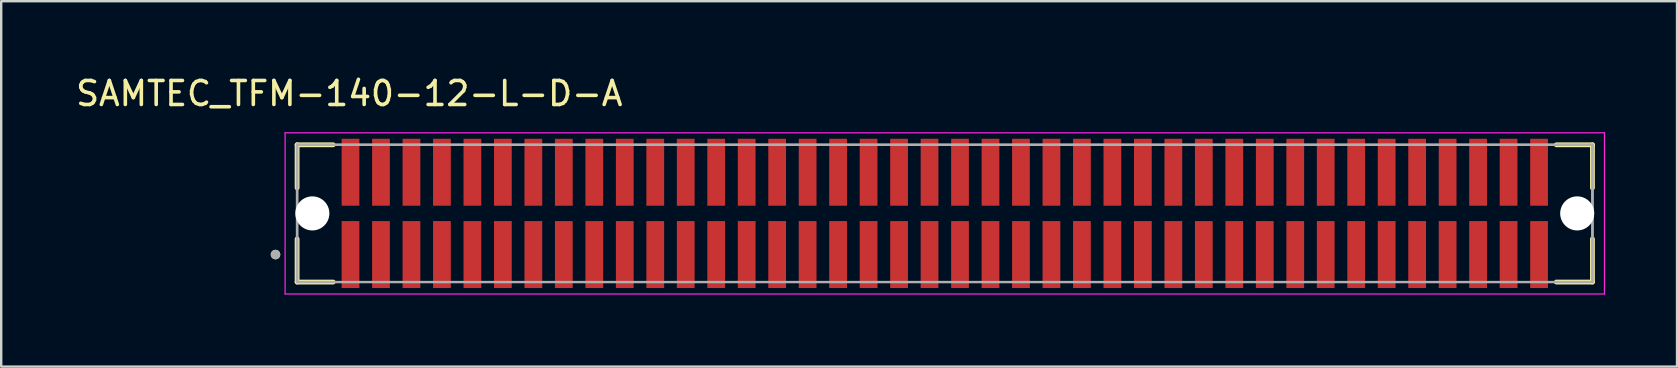
<source format=kicad_pcb>
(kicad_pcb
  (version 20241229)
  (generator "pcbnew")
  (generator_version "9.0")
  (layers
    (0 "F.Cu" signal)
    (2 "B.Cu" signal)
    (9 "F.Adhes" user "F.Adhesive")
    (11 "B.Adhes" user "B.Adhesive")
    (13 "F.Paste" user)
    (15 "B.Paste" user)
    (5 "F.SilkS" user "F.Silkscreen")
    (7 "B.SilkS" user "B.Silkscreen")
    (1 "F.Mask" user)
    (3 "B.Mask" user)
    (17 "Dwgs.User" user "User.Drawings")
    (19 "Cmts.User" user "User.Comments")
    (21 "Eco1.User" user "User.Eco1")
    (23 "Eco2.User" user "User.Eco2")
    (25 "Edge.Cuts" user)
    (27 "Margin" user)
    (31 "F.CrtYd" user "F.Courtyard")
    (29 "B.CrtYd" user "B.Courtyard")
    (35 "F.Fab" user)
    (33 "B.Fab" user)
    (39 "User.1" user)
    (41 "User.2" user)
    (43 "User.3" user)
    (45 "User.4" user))
  (footprint "SAMTEC_TFM-140-12-L-D-A"
    (layer "F.Cu")
    (at 36.321 5.843)
    (property "Reference" "SAMTEC_TFM-140-12-L-D-A" (at -24.815 -4.995 0) (layer "F.SilkS") (effects (font (size 1 1) (thickness 0.15))))
    (attr smd)
    (fp_line (start -26.99 -2.86) (end -26.99 -1.064) (stroke (width 0.2) (type solid)) (layer "F.SilkS"))
    (fp_line (start -26.99 -2.86) (end -25.485 -2.86) (stroke (width 0.2) (type solid)) (layer "F.SilkS"))
    (fp_line (start -26.99 1.064) (end -26.99 2.86) (stroke (width 0.2) (type solid)) (layer "F.SilkS"))
    (fp_line (start -25.485 2.86) (end -26.99 2.86) (stroke (width 0.2) (type solid)) (layer "F.SilkS"))
    (fp_line (start 25.485 -2.86) (end 26.99 -2.86) (stroke (width 0.2) (type solid)) (layer "F.SilkS"))
    (fp_line (start 25.485 2.86) (end 26.99 2.86) (stroke (width 0.2) (type solid)) (layer "F.SilkS"))
    (fp_line (start 26.99 -1.064) (end 26.99 -2.86) (stroke (width 0.2) (type solid)) (layer "F.SilkS"))
    (fp_line (start 26.99 2.86) (end 26.99 1.064) (stroke (width 0.2) (type solid)) (layer "F.SilkS"))
    (fp_circle (center -27.89 1.715) (end -27.79 1.715) (stroke (width 0.2) (type solid)) (fill no) (layer "F.SilkS"))
    (fp_line (start -27.49 -3.36) (end 27.49 -3.36) (stroke (width 0.05) (type solid)) (layer "F.CrtYd"))
    (fp_line (start -27.49 3.36) (end -27.49 -3.36) (stroke (width 0.05) (type solid)) (layer "F.CrtYd"))
    (fp_line (start 27.49 -3.36) (end 27.49 3.36) (stroke (width 0.05) (type solid)) (layer "F.CrtYd"))
    (fp_line (start 27.49 3.36) (end -27.49 3.36) (stroke (width 0.05) (type solid)) (layer "F.CrtYd"))
    (fp_line (start -26.99 -2.86) (end 26.99 -2.86) (stroke (width 0.1) (type solid)) (layer "F.Fab"))
    (fp_line (start -26.99 -2.86) (end 26.99 -2.86) (stroke (width 0.1) (type solid)) (layer "F.Fab"))
    (fp_line (start -26.99 2.86) (end -26.99 -2.86) (stroke (width 0.1) (type solid)) (layer "F.Fab"))
    (fp_line (start -26.99 2.86) (end -26.99 -2.86) (stroke (width 0.1) (type solid)) (layer "F.Fab"))
    (fp_line (start 26.99 -2.86) (end 26.99 2.86) (stroke (width 0.1) (type solid)) (layer "F.Fab"))
    (fp_line (start 26.99 -2.86) (end 26.99 2.86) (stroke (width 0.1) (type solid)) (layer "F.Fab"))
    (fp_line (start 26.99 2.86) (end -26.99 2.86) (stroke (width 0.1) (type solid)) (layer "F.Fab"))
    (fp_circle (center -27.89 1.715) (end -27.79 1.715) (stroke (width 0.2) (type solid)) (fill no) (layer "F.Fab"))
    (pad "" np_thru_hole circle (at -26.355 0) (size 1.42 1.42) (drill 1.42) (layers "*.Cu" "*.Mask"))
    (pad "" np_thru_hole circle (at 26.355 0) (size 1.42 1.42) (drill 1.42) (layers "*.Cu" "*.Mask"))
    (pad "01" smd rect (at -24.765 1.715) (size 0.74 2.79) (layers "F.Cu" "F.Mask" "F.Paste"))
    (pad "02" smd rect (at -24.765 -1.715) (size 0.74 2.79) (layers "F.Cu" "F.Mask" "F.Paste"))
    (pad "03" smd rect (at -23.495 1.715) (size 0.74 2.79) (layers "F.Cu" "F.Mask" "F.Paste"))
    (pad "04" smd rect (at -23.495 -1.715) (size 0.74 2.79) (layers "F.Cu" "F.Mask" "F.Paste"))
    (pad "05" smd rect (at -22.225 1.715) (size 0.74 2.79) (layers "F.Cu" "F.Mask" "F.Paste"))
    (pad "06" smd rect (at -22.225 -1.715) (size 0.74 2.79) (layers "F.Cu" "F.Mask" "F.Paste"))
    (pad "07" smd rect (at -20.955 1.715) (size 0.74 2.79) (layers "F.Cu" "F.Mask" "F.Paste"))
    (pad "08" smd rect (at -20.955 -1.715) (size 0.74 2.79) (layers "F.Cu" "F.Mask" "F.Paste"))
    (pad "09" smd rect (at -19.685 1.715) (size 0.74 2.79) (layers "F.Cu" "F.Mask" "F.Paste"))
    (pad "10" smd rect (at -19.685 -1.715) (size 0.74 2.79) (layers "F.Cu" "F.Mask" "F.Paste"))
    (pad "11" smd rect (at -18.415 1.715) (size 0.74 2.79) (layers "F.Cu" "F.Mask" "F.Paste"))
    (pad "12" smd rect (at -18.415 -1.715) (size 0.74 2.79) (layers "F.Cu" "F.Mask" "F.Paste"))
    (pad "13" smd rect (at -17.145 1.715) (size 0.74 2.79) (layers "F.Cu" "F.Mask" "F.Paste"))
    (pad "14" smd rect (at -17.145 -1.715) (size 0.74 2.79) (layers "F.Cu" "F.Mask" "F.Paste"))
    (pad "15" smd rect (at -15.875 1.715) (size 0.74 2.79) (layers "F.Cu" "F.Mask" "F.Paste"))
    (pad "16" smd rect (at -15.875 -1.715) (size 0.74 2.79) (layers "F.Cu" "F.Mask" "F.Paste"))
    (pad "17" smd rect (at -14.605 1.715) (size 0.74 2.79) (layers "F.Cu" "F.Mask" "F.Paste"))
    (pad "18" smd rect (at -14.605 -1.715) (size 0.74 2.79) (layers "F.Cu" "F.Mask" "F.Paste"))
    (pad "19" smd rect (at -13.335 1.715) (size 0.74 2.79) (layers "F.Cu" "F.Mask" "F.Paste"))
    (pad "20" smd rect (at -13.335 -1.715) (size 0.74 2.79) (layers "F.Cu" "F.Mask" "F.Paste"))
    (pad "21" smd rect (at -12.065 1.715) (size 0.74 2.79) (layers "F.Cu" "F.Mask" "F.Paste"))
    (pad "22" smd rect (at -12.065 -1.715) (size 0.74 2.79) (layers "F.Cu" "F.Mask" "F.Paste"))
    (pad "23" smd rect (at -10.795 1.715) (size 0.74 2.79) (layers "F.Cu" "F.Mask" "F.Paste"))
    (pad "24" smd rect (at -10.795 -1.715) (size 0.74 2.79) (layers "F.Cu" "F.Mask" "F.Paste"))
    (pad "25" smd rect (at -9.525 1.715) (size 0.74 2.79) (layers "F.Cu" "F.Mask" "F.Paste"))
    (pad "26" smd rect (at -9.525 -1.715) (size 0.74 2.79) (layers "F.Cu" "F.Mask" "F.Paste"))
    (pad "27" smd rect (at -8.255 1.715) (size 0.74 2.79) (layers "F.Cu" "F.Mask" "F.Paste"))
    (pad "28" smd rect (at -8.255 -1.715) (size 0.74 2.79) (layers "F.Cu" "F.Mask" "F.Paste"))
    (pad "29" smd rect (at -6.985 1.715) (size 0.74 2.79) (layers "F.Cu" "F.Mask" "F.Paste"))
    (pad "30" smd rect (at -6.985 -1.715) (size 0.74 2.79) (layers "F.Cu" "F.Mask" "F.Paste"))
    (pad "31" smd rect (at -5.715 1.715) (size 0.74 2.79) (layers "F.Cu" "F.Mask" "F.Paste"))
    (pad "32" smd rect (at -5.715 -1.715) (size 0.74 2.79) (layers "F.Cu" "F.Mask" "F.Paste"))
    (pad "33" smd rect (at -4.445 1.715) (size 0.74 2.79) (layers "F.Cu" "F.Mask" "F.Paste"))
    (pad "34" smd rect (at -4.445 -1.715) (size 0.74 2.79) (layers "F.Cu" "F.Mask" "F.Paste"))
    (pad "35" smd rect (at -3.175 1.715) (size 0.74 2.79) (layers "F.Cu" "F.Mask" "F.Paste"))
    (pad "36" smd rect (at -3.175 -1.715) (size 0.74 2.79) (layers "F.Cu" "F.Mask" "F.Paste"))
    (pad "37" smd rect (at -1.905 1.715) (size 0.74 2.79) (layers "F.Cu" "F.Mask" "F.Paste"))
    (pad "38" smd rect (at -1.905 -1.715) (size 0.74 2.79) (layers "F.Cu" "F.Mask" "F.Paste"))
    (pad "39" smd rect (at -0.635 1.715) (size 0.74 2.79) (layers "F.Cu" "F.Mask" "F.Paste"))
    (pad "40" smd rect (at -0.635 -1.715) (size 0.74 2.79) (layers "F.Cu" "F.Mask" "F.Paste"))
    (pad "41" smd rect (at 0.635 1.715) (size 0.74 2.79) (layers "F.Cu" "F.Mask" "F.Paste"))
    (pad "42" smd rect (at 0.635 -1.715) (size 0.74 2.79) (layers "F.Cu" "F.Mask" "F.Paste"))
    (pad "43" smd rect (at 1.905 1.715) (size 0.74 2.79) (layers "F.Cu" "F.Mask" "F.Paste"))
    (pad "44" smd rect (at 1.905 -1.715) (size 0.74 2.79) (layers "F.Cu" "F.Mask" "F.Paste"))
    (pad "45" smd rect (at 3.175 1.715) (size 0.74 2.79) (layers "F.Cu" "F.Mask" "F.Paste"))
    (pad "46" smd rect (at 3.175 -1.715) (size 0.74 2.79) (layers "F.Cu" "F.Mask" "F.Paste"))
    (pad "47" smd rect (at 4.445 1.715) (size 0.74 2.79) (layers "F.Cu" "F.Mask" "F.Paste"))
    (pad "48" smd rect (at 4.445 -1.715) (size 0.74 2.79) (layers "F.Cu" "F.Mask" "F.Paste"))
    (pad "49" smd rect (at 5.715 1.715) (size 0.74 2.79) (layers "F.Cu" "F.Mask" "F.Paste"))
    (pad "50" smd rect (at 5.715 -1.715) (size 0.74 2.79) (layers "F.Cu" "F.Mask" "F.Paste"))
    (pad "51" smd rect (at 6.985 1.715) (size 0.74 2.79) (layers "F.Cu" "F.Mask" "F.Paste"))
    (pad "52" smd rect (at 6.985 -1.715) (size 0.74 2.79) (layers "F.Cu" "F.Mask" "F.Paste"))
    (pad "53" smd rect (at 8.255 1.715) (size 0.74 2.79) (layers "F.Cu" "F.Mask" "F.Paste"))
    (pad "54" smd rect (at 8.255 -1.715) (size 0.74 2.79) (layers "F.Cu" "F.Mask" "F.Paste"))
    (pad "55" smd rect (at 9.525 1.715) (size 0.74 2.79) (layers "F.Cu" "F.Mask" "F.Paste"))
    (pad "56" smd rect (at 9.525 -1.715) (size 0.74 2.79) (layers "F.Cu" "F.Mask" "F.Paste"))
    (pad "57" smd rect (at 10.795 1.715) (size 0.74 2.79) (layers "F.Cu" "F.Mask" "F.Paste"))
    (pad "58" smd rect (at 10.795 -1.715) (size 0.74 2.79) (layers "F.Cu" "F.Mask" "F.Paste"))
    (pad "59" smd rect (at 12.065 1.715) (size 0.74 2.79) (layers "F.Cu" "F.Mask" "F.Paste"))
    (pad "60" smd rect (at 12.065 -1.715) (size 0.74 2.79) (layers "F.Cu" "F.Mask" "F.Paste"))
    (pad "61" smd rect (at 13.335 1.715) (size 0.74 2.79) (layers "F.Cu" "F.Mask" "F.Paste"))
    (pad "62" smd rect (at 13.335 -1.715) (size 0.74 2.79) (layers "F.Cu" "F.Mask" "F.Paste"))
    (pad "63" smd rect (at 14.605 1.715) (size 0.74 2.79) (layers "F.Cu" "F.Mask" "F.Paste"))
    (pad "64" smd rect (at 14.605 -1.715) (size 0.74 2.79) (layers "F.Cu" "F.Mask" "F.Paste"))
    (pad "65" smd rect (at 15.875 1.715) (size 0.74 2.79) (layers "F.Cu" "F.Mask" "F.Paste"))
    (pad "66" smd rect (at 15.875 -1.715) (size 0.74 2.79) (layers "F.Cu" "F.Mask" "F.Paste"))
    (pad "67" smd rect (at 17.145 1.715) (size 0.74 2.79) (layers "F.Cu" "F.Mask" "F.Paste"))
    (pad "68" smd rect (at 17.145 -1.715) (size 0.74 2.79) (layers "F.Cu" "F.Mask" "F.Paste"))
    (pad "69" smd rect (at 18.415 1.715) (size 0.74 2.79) (layers "F.Cu" "F.Mask" "F.Paste"))
    (pad "70" smd rect (at 18.415 -1.715) (size 0.74 2.79) (layers "F.Cu" "F.Mask" "F.Paste"))
    (pad "71" smd rect (at 19.685 1.715) (size 0.74 2.79) (layers "F.Cu" "F.Mask" "F.Paste"))
    (pad "72" smd rect (at 19.685 -1.715) (size 0.74 2.79) (layers "F.Cu" "F.Mask" "F.Paste"))
    (pad "73" smd rect (at 20.955 1.715) (size 0.74 2.79) (layers "F.Cu" "F.Mask" "F.Paste"))
    (pad "74" smd rect (at 20.955 -1.715) (size 0.74 2.79) (layers "F.Cu" "F.Mask" "F.Paste"))
    (pad "75" smd rect (at 22.225 1.715) (size 0.74 2.79) (layers "F.Cu" "F.Mask" "F.Paste"))
    (pad "76" smd rect (at 22.225 -1.715) (size 0.74 2.79) (layers "F.Cu" "F.Mask" "F.Paste"))
    (pad "77" smd rect (at 23.495 1.715) (size 0.74 2.79) (layers "F.Cu" "F.Mask" "F.Paste"))
    (pad "78" smd rect (at 23.495 -1.715) (size 0.74 2.79) (layers "F.Cu" "F.Mask" "F.Paste"))
    (pad "79" smd rect (at 24.765 1.715) (size 0.74 2.79) (layers "F.Cu" "F.Mask" "F.Paste"))
    (pad "80" smd rect (at 24.765 -1.715) (size 0.74 2.79) (layers "F.Cu" "F.Mask" "F.Paste")))
  (gr_rect
    (start -3 -3)
    (end 66.836 12.228)
    (stroke (width 0.1) (type default))
    (fill no)
    (layer "Edge.Cuts")))
</source>
